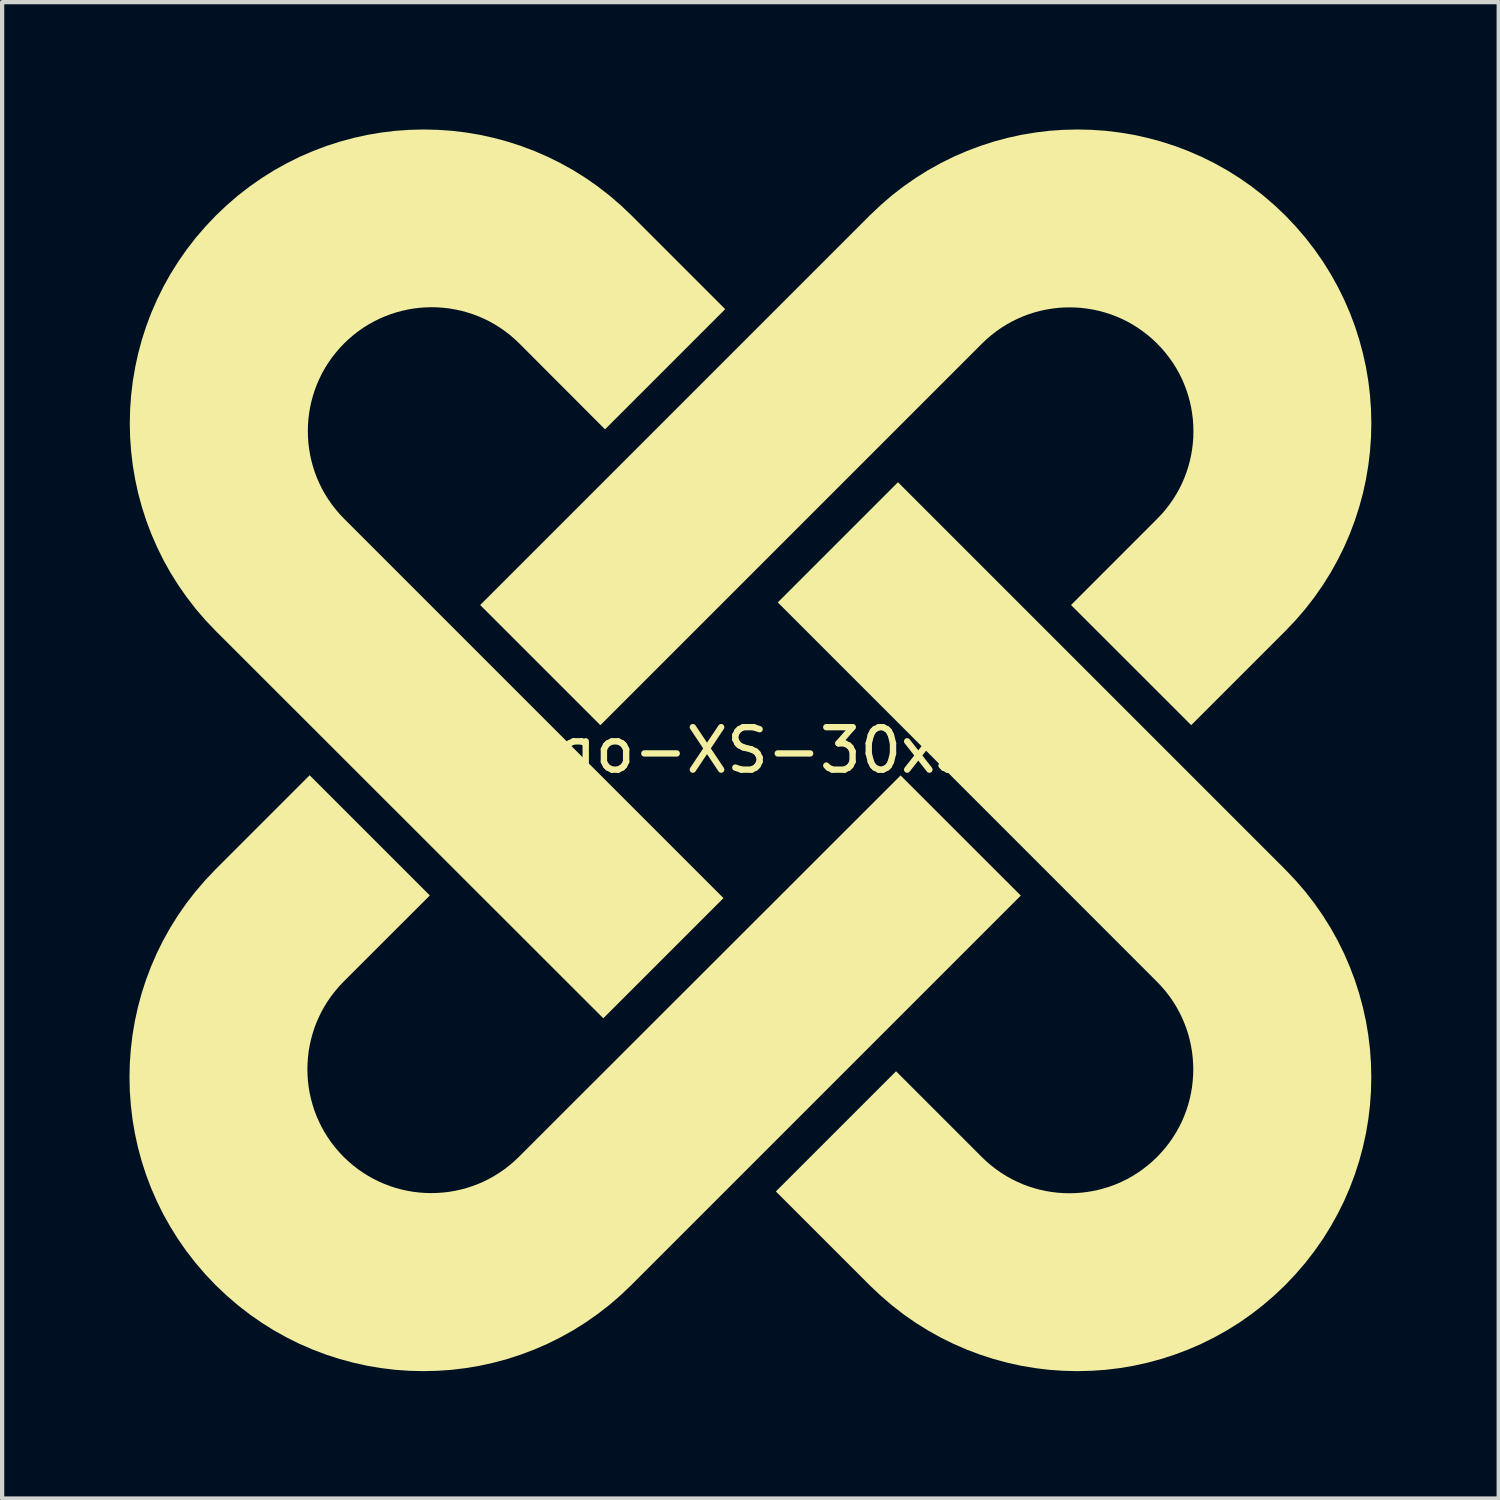
<source format=kicad_pcb>
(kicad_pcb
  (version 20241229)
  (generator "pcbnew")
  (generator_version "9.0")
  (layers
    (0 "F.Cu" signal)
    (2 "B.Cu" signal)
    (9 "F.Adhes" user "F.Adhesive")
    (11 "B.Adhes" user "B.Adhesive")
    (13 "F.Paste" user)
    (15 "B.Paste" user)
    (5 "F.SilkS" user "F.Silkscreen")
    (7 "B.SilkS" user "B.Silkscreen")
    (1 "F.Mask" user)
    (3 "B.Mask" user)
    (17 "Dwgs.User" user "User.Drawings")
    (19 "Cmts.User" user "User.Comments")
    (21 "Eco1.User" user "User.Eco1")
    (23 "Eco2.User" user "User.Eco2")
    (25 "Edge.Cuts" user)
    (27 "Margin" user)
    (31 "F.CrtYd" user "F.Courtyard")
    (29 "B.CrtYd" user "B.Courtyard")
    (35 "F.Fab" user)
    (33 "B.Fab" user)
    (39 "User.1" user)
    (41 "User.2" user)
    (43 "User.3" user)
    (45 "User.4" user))
  (footprint "Logo-XS-30x30"
    (layer "F.Cu")
    (at 14.627 14.623)
    (property "Reference" "Logo-XS-30x30" (at 0 0 0) (layer "F.SilkS") (effects (font (size 1 1) (thickness 0.15))))
    (attr through_hole)
    (fp_poly (pts (xy -7.553 3.419) (xy -9.583 5.448) (xy -9.686 5.557) (xy -9.783 5.67) (xy -9.873 5.786) (xy -9.956 5.906) (xy -10.033 6.029) (xy -10.103 6.154) (xy -10.166 6.283) (xy -10.223 6.413) (xy -10.273 6.546) (xy -10.316 6.681) (xy -10.353 6.817) (xy -10.383 6.954) (xy -10.407 7.093) (xy -10.423 7.232) (xy -10.433 7.372) (xy -10.437 7.512) (xy -10.433 7.652) (xy -10.423 7.792) (xy -10.407 7.931) (xy -10.383 8.07) (xy -10.353 8.207) (xy -10.316 8.343) (xy -10.273 8.478) (xy -10.223 8.611) (xy -10.166 8.741) (xy -10.103 8.87) (xy -10.033 8.995) (xy -9.956 9.118) (xy -9.873 9.238) (xy -9.783 9.354) (xy -9.686 9.467) (xy -9.583 9.576) (xy -9.474 9.679) (xy -9.361 9.776) (xy -9.245 9.866) (xy -9.125 9.949) (xy -9.002 10.026) (xy -8.877 10.096) (xy -8.748 10.16) (xy -8.618 10.216) (xy -8.485 10.266) (xy -8.35 10.31) (xy -8.214 10.346) (xy -8.077 10.376) (xy -7.938 10.4) (xy -7.799 10.416) (xy -7.659 10.426) (xy -7.519 10.43) (xy -7.379 10.426) (xy -7.239 10.416) (xy -7.1 10.4) (xy -6.961 10.376) (xy -6.824 10.346) (xy -6.688 10.31) (xy -6.553 10.266) (xy -6.42 10.216) (xy -6.29 10.16) (xy -6.161 10.096) (xy -6.036 10.026) (xy -5.913 9.949) (xy -5.793 9.866) (xy -5.677 9.776) (xy -5.564 9.679) (xy -5.455 9.576) (xy 3.536 0.592) (xy 6.367 3.422) (xy -2.807 12.596) (xy -3.065 12.841) (xy -3.332 13.071) (xy -3.609 13.285) (xy -3.893 13.483) (xy -4.184 13.665) (xy -4.483 13.831) (xy -4.787 13.982) (xy -5.097 14.116) (xy -5.412 14.235) (xy -5.731 14.338) (xy -6.054 14.425) (xy -6.38 14.497) (xy -6.709 14.552) (xy -7.039 14.592) (xy -7.371 14.615) (xy -7.703 14.623) (xy -8.035 14.615) (xy -8.367 14.592) (xy -8.697 14.552) (xy -9.026 14.497) (xy -9.352 14.425) (xy -9.675 14.338) (xy -9.994 14.235) (xy -10.309 14.116) (xy -10.619 13.982) (xy -10.923 13.831) (xy -11.222 13.665) (xy -11.513 13.483) (xy -11.797 13.285) (xy -12.073 13.071) (xy -12.341 12.841) (xy -12.599 12.596) (xy -12.845 12.337) (xy -13.074 12.07) (xy -13.288 11.794) (xy -13.486 11.51) (xy -13.668 11.218) (xy -13.835 10.92) (xy -13.985 10.615) (xy -14.12 10.305) (xy -14.239 9.99) (xy -14.342 9.671) (xy -14.429 9.348) (xy -14.5 9.022) (xy -14.556 8.694) (xy -14.595 8.363) (xy -14.619 8.032) (xy -14.627 7.7) (xy -14.619 7.367) (xy -14.595 7.036) (xy -14.556 6.705) (xy -14.5 6.377) (xy -14.429 6.051) (xy -14.342 5.728) (xy -14.239 5.409) (xy -14.12 5.094) (xy -13.985 4.784) (xy -13.835 4.479) (xy -13.668 4.181) (xy -13.486 3.889) (xy -13.288 3.605) (xy -13.074 3.329) (xy -12.845 3.062) (xy -12.599 2.803) (xy -10.384 0.588)) (stroke (width 0) (type solid)) (fill yes) (layer "F.SilkS"))
    (fp_poly (pts (xy -7.364 -14.615) (xy -7.032 -14.592) (xy -6.702 -14.552) (xy -6.373 -14.497) (xy -6.047 -14.425) (xy -5.724 -14.338) (xy -5.405 -14.235) (xy -5.09 -14.116) (xy -4.78 -13.982) (xy -4.476 -13.831) (xy -4.177 -13.665) (xy -3.886 -13.483) (xy -3.602 -13.285) (xy -3.326 -13.071) (xy -3.058 -12.841) (xy -2.8 -12.596) (xy -0.595 -10.391) (xy -3.426 -7.56) (xy -5.445 -9.583) (xy -5.554 -9.686) (xy -5.666 -9.783) (xy -5.783 -9.873) (xy -5.902 -9.956) (xy -6.025 -10.033) (xy -6.151 -10.103) (xy -6.279 -10.166) (xy -6.41 -10.223) (xy -6.543 -10.273) (xy -6.677 -10.316) (xy -6.813 -10.353) (xy -6.951 -10.383) (xy -7.089 -10.407) (xy -7.229 -10.423) (xy -7.369 -10.433) (xy -7.509 -10.437) (xy -7.649 -10.433) (xy -7.788 -10.423) (xy -7.928 -10.407) (xy -8.066 -10.383) (xy -8.204 -10.353) (xy -8.34 -10.316) (xy -8.474 -10.273) (xy -8.607 -10.223) (xy -8.738 -10.166) (xy -8.866 -10.103) (xy -8.992 -10.033) (xy -9.115 -9.956) (xy -9.235 -9.873) (xy -9.351 -9.783) (xy -9.464 -9.686) (xy -9.572 -9.583) (xy -9.676 -9.474) (xy -9.772 -9.361) (xy -9.863 -9.245) (xy -9.946 -9.125) (xy -10.023 -9.002) (xy -10.093 -8.877) (xy -10.156 -8.748) (xy -10.213 -8.618) (xy -10.263 -8.485) (xy -10.306 -8.35) (xy -10.343 -8.214) (xy -10.373 -8.077) (xy -10.396 -7.938) (xy -10.413 -7.799) (xy -10.423 -7.659) (xy -10.426 -7.519) (xy -10.423 -7.379) (xy -10.413 -7.239) (xy -10.396 -7.1) (xy -10.373 -6.961) (xy -10.343 -6.824) (xy -10.306 -6.688) (xy -10.263 -6.553) (xy -10.213 -6.42) (xy -10.156 -6.29) (xy -10.093 -6.161) (xy -10.023 -6.036) (xy -9.946 -5.913) (xy -9.863 -5.793) (xy -9.772 -5.677) (xy -9.676 -5.564) (xy -9.572 -5.455) (xy -0.636 3.481) (xy -3.467 6.312) (xy -12.592 -2.807) (xy -12.838 -3.065) (xy -13.068 -3.332) (xy -13.281 -3.609) (xy -13.479 -3.893) (xy -13.662 -4.184) (xy -13.828 -4.482) (xy -13.978 -4.787) (xy -14.113 -5.097) (xy -14.232 -5.411) (xy -14.335 -5.731) (xy -14.422 -6.053) (xy -14.493 -6.379) (xy -14.549 -6.708) (xy -14.588 -7.038) (xy -14.612 -7.369) (xy -14.62 -7.701) (xy -14.612 -8.033) (xy -14.588 -8.365) (xy -14.549 -8.695) (xy -14.493 -9.023) (xy -14.422 -9.349) (xy -14.335 -9.672) (xy -14.232 -9.991) (xy -14.113 -10.306) (xy -13.978 -10.616) (xy -13.828 -10.92) (xy -13.662 -11.218) (xy -13.479 -11.51) (xy -13.281 -11.794) (xy -13.068 -12.07) (xy -12.838 -12.337) (xy -12.592 -12.596) (xy -12.334 -12.841) (xy -12.067 -13.071) (xy -11.79 -13.285) (xy -11.506 -13.483) (xy -11.215 -13.665) (xy -10.916 -13.831) (xy -10.612 -13.982) (xy -10.302 -14.116) (xy -9.987 -14.235) (xy -9.668 -14.338) (xy -9.345 -14.425) (xy -9.019 -14.497) (xy -8.69 -14.552) (xy -8.36 -14.592) (xy -8.028 -14.615) (xy -7.696 -14.623)) (stroke (width 0) (type solid)) (fill yes) (layer "F.SilkS"))
    (fp_poly (pts (xy 8.035 -14.615) (xy 8.367 -14.592) (xy 8.697 -14.552) (xy 9.026 -14.497) (xy 9.352 -14.425) (xy 9.675 -14.338) (xy 9.994 -14.235) (xy 10.309 -14.116) (xy 10.619 -13.982) (xy 10.923 -13.831) (xy 11.222 -13.665) (xy 11.513 -13.483) (xy 11.797 -13.285) (xy 12.073 -13.071) (xy 12.341 -12.841) (xy 12.599 -12.596) (xy 12.844 -12.337) (xy 13.074 -12.07) (xy 13.287 -11.794) (xy 13.485 -11.51) (xy 13.667 -11.218) (xy 13.833 -10.92) (xy 13.983 -10.616) (xy 14.118 -10.306) (xy 14.237 -9.991) (xy 14.339 -9.672) (xy 14.426 -9.349) (xy 14.498 -9.023) (xy 14.553 -8.695) (xy 14.592 -8.365) (xy 14.616 -8.033) (xy 14.624 -7.701) (xy 14.616 -7.369) (xy 14.592 -7.038) (xy 14.552 -6.708) (xy 14.497 -6.379) (xy 14.426 -6.053) (xy 14.338 -5.731) (xy 14.235 -5.411) (xy 14.117 -5.097) (xy 13.982 -4.787) (xy 13.831 -4.482) (xy 13.665 -4.184) (xy 13.483 -3.893) (xy 13.285 -3.609) (xy 13.071 -3.332) (xy 12.841 -3.065) (xy 12.596 -2.807) (xy 10.381 -0.592) (xy 7.55 -3.422) (xy 9.579 -5.452) (xy 9.683 -5.561) (xy 9.779 -5.673) (xy 9.869 -5.79) (xy 9.953 -5.909) (xy 10.03 -6.032) (xy 10.1 -6.158) (xy 10.163 -6.286) (xy 10.22 -6.417) (xy 10.27 -6.55) (xy 10.313 -6.684) (xy 10.35 -6.82) (xy 10.38 -6.958) (xy 10.403 -7.096) (xy 10.42 -7.236) (xy 10.43 -7.375) (xy 10.433 -7.515) (xy 10.43 -7.656) (xy 10.42 -7.795) (xy 10.403 -7.935) (xy 10.38 -8.073) (xy 10.35 -8.211) (xy 10.313 -8.347) (xy 10.27 -8.481) (xy 10.22 -8.614) (xy 10.163 -8.745) (xy 10.1 -8.873) (xy 10.03 -8.999) (xy 9.953 -9.122) (xy 9.869 -9.241) (xy 9.779 -9.358) (xy 9.683 -9.47) (xy 9.579 -9.579) (xy 9.47 -9.683) (xy 9.358 -9.779) (xy 9.241 -9.869) (xy 9.122 -9.953) (xy 8.999 -10.03) (xy 8.873 -10.1) (xy 8.745 -10.163) (xy 8.614 -10.22) (xy 8.481 -10.27) (xy 8.347 -10.313) (xy 8.211 -10.35) (xy 8.073 -10.38) (xy 7.935 -10.403) (xy 7.795 -10.42) (xy 7.656 -10.43) (xy 7.515 -10.433) (xy 7.375 -10.43) (xy 7.236 -10.42) (xy 7.096 -10.403) (xy 6.958 -10.38) (xy 6.82 -10.35) (xy 6.684 -10.313) (xy 6.55 -10.27) (xy 6.417 -10.22) (xy 6.286 -10.163) (xy 6.158 -10.1) (xy 6.032 -10.03) (xy 5.909 -9.953) (xy 5.79 -9.869) (xy 5.673 -9.779) (xy 5.561 -9.683) (xy 5.452 -9.579) (xy -3.536 -0.592) (xy -6.367 -3.422) (xy 2.807 -12.596) (xy 3.065 -12.841) (xy 3.332 -13.071) (xy 3.609 -13.285) (xy 3.893 -13.483) (xy 4.184 -13.665) (xy 4.483 -13.831) (xy 4.787 -13.982) (xy 5.097 -14.116) (xy 5.412 -14.235) (xy 5.731 -14.338) (xy 6.054 -14.425) (xy 6.38 -14.497) (xy 6.709 -14.552) (xy 7.039 -14.592) (xy 7.371 -14.615) (xy 7.703 -14.623)) (stroke (width 0) (type solid)) (fill yes) (layer "F.SilkS"))
    (fp_poly (pts (xy 12.596 2.807) (xy 12.841 3.065) (xy 13.071 3.332) (xy 13.285 3.609) (xy 13.483 3.893) (xy 13.665 4.184) (xy 13.831 4.482) (xy 13.982 4.787) (xy 14.116 5.097) (xy 14.235 5.411) (xy 14.338 5.731) (xy 14.425 6.053) (xy 14.497 6.379) (xy 14.552 6.708) (xy 14.592 7.038) (xy 14.615 7.369) (xy 14.623 7.701) (xy 14.615 8.033) (xy 14.592 8.365) (xy 14.552 8.695) (xy 14.497 9.023) (xy 14.425 9.349) (xy 14.338 9.672) (xy 14.235 9.991) (xy 14.116 10.306) (xy 13.982 10.616) (xy 13.831 10.92) (xy 13.665 11.218) (xy 13.483 11.51) (xy 13.285 11.794) (xy 13.071 12.07) (xy 12.841 12.337) (xy 12.596 12.596) (xy 12.337 12.841) (xy 12.07 13.071) (xy 11.794 13.285) (xy 11.51 13.483) (xy 11.218 13.665) (xy 10.92 13.831) (xy 10.615 13.982) (xy 10.305 14.116) (xy 9.99 14.235) (xy 9.671 14.338) (xy 9.348 14.425) (xy 9.022 14.497) (xy 8.694 14.552) (xy 8.363 14.592) (xy 8.032 14.615) (xy 7.7 14.623) (xy 7.367 14.615) (xy 7.036 14.592) (xy 6.705 14.552) (xy 6.377 14.497) (xy 6.051 14.425) (xy 5.728 14.338) (xy 5.409 14.235) (xy 5.094 14.116) (xy 4.784 13.982) (xy 4.479 13.831) (xy 4.181 13.665) (xy 3.889 13.483) (xy 3.605 13.285) (xy 3.329 13.071) (xy 3.062 12.841) (xy 2.803 12.596) (xy 0.598 10.391) (xy 3.429 7.56) (xy 5.448 9.579) (xy 5.557 9.683) (xy 5.67 9.779) (xy 5.786 9.869) (xy 5.906 9.953) (xy 6.029 10.03) (xy 6.154 10.1) (xy 6.283 10.163) (xy 6.413 10.22) (xy 6.546 10.27) (xy 6.681 10.313) (xy 6.817 10.35) (xy 6.954 10.38) (xy 7.093 10.403) (xy 7.232 10.42) (xy 7.372 10.43) (xy 7.512 10.433) (xy 7.652 10.43) (xy 7.792 10.42) (xy 7.931 10.403) (xy 8.07 10.38) (xy 8.207 10.35) (xy 8.343 10.313) (xy 8.478 10.27) (xy 8.611 10.22) (xy 8.741 10.163) (xy 8.87 10.1) (xy 8.995 10.03) (xy 9.118 9.953) (xy 9.238 9.869) (xy 9.354 9.779) (xy 9.467 9.683) (xy 9.576 9.579) (xy 9.679 9.47) (xy 9.776 9.358) (xy 9.866 9.241) (xy 9.949 9.122) (xy 10.026 8.999) (xy 10.096 8.873) (xy 10.16 8.745) (xy 10.216 8.614) (xy 10.266 8.481) (xy 10.31 8.347) (xy 10.346 8.211) (xy 10.376 8.073) (xy 10.4 7.935) (xy 10.416 7.795) (xy 10.426 7.656) (xy 10.43 7.515) (xy 10.426 7.375) (xy 10.416 7.236) (xy 10.4 7.096) (xy 10.376 6.958) (xy 10.346 6.82) (xy 10.31 6.684) (xy 10.266 6.55) (xy 10.216 6.417) (xy 10.16 6.286) (xy 10.096 6.158) (xy 10.026 6.032) (xy 9.949 5.909) (xy 9.866 5.79) (xy 9.776 5.673) (xy 9.679 5.561) (xy 9.576 5.452) (xy 0.643 -3.484) (xy 3.474 -6.315)) (stroke (width 0) (type solid)) (fill yes) (layer "F.SilkS")))
  (gr_rect
    (start -3 -3)
    (end 32.251 32.247)
    (stroke (width 0.1) (type default))
    (fill no)
    (layer "Edge.Cuts")))
</source>
